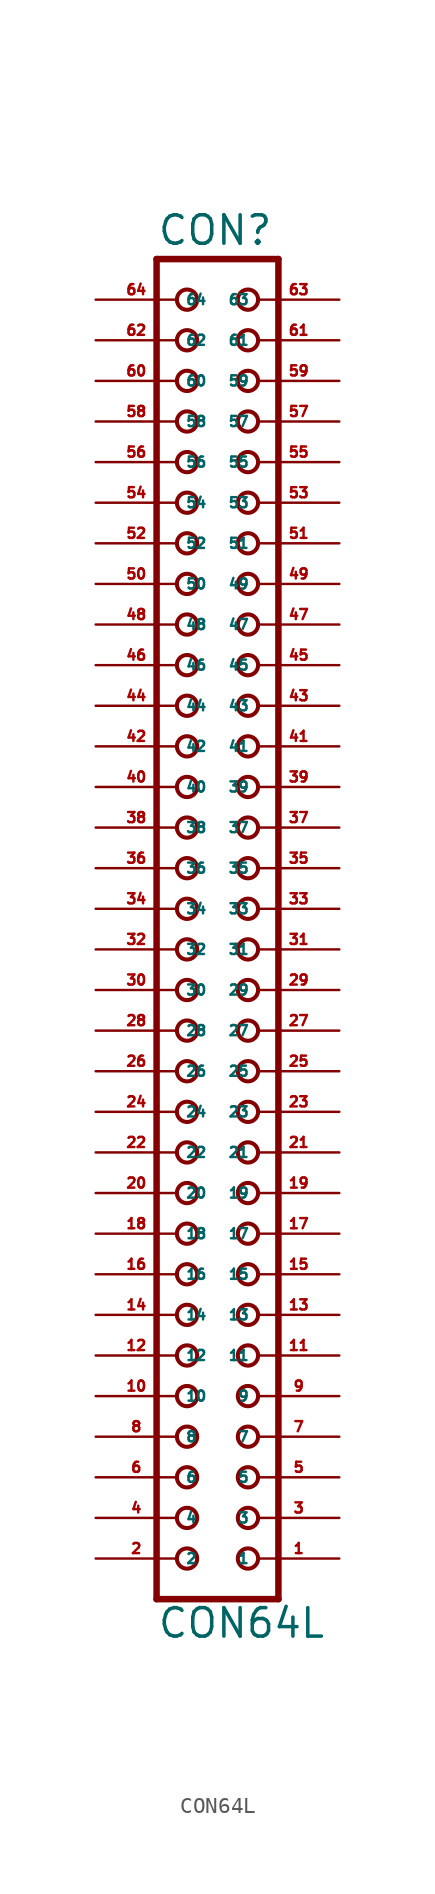
<source format=kicad_sym>
(kicad_symbol_lib
  (version 20220914)
  (generator Eagle2Kicad)
  (symbol "CON64L"
    (property "Reference" "CON"
      (at -3.81 41.402 0)
      (effects (font (size 1.778 1.778) (thickness 0.22)) (justify left bottom)))
    (property "Value" "CON64L"
      (at -3.81 -45.72 0)
      (effects (font (size 1.778 1.778) (thickness 0.22)) (justify left bottom)))
    (polyline
      (pts (xy 3.81 -43.18) (xy -3.81 -43.18))
      (stroke (width 0.406) (type default))
      (fill (type none)))
    (polyline
      (pts (xy -3.81 40.64) (xy -3.81 -43.18))
      (stroke (width 0.406) (type default))
      (fill (type none)))
    (polyline
      (pts (xy -3.81 40.64) (xy 3.81 40.64))
      (stroke (width 0.406) (type default))
      (fill (type none)))
    (polyline
      (pts (xy 3.81 -43.18) (xy 3.81 40.64))
      (stroke (width 0.406) (type default))
      (fill (type none)))
    (circle
      (center 1.905 -40.64)
      (radius 0.635)
      (stroke (width 0.254) (type default))
      (fill (type none)))
    (circle
      (center 1.905 -38.1)
      (radius 0.635)
      (stroke (width 0.254) (type default))
      (fill (type none)))
    (circle
      (center 1.905 -35.56)
      (radius 0.635)
      (stroke (width 0.254) (type default))
      (fill (type none)))
    (circle
      (center 1.905 -33.02)
      (radius 0.635)
      (stroke (width 0.254) (type default))
      (fill (type none)))
    (circle
      (center 1.905 -30.48)
      (radius 0.635)
      (stroke (width 0.254) (type default))
      (fill (type none)))
    (circle
      (center 1.905 -27.94)
      (radius 0.635)
      (stroke (width 0.254) (type default))
      (fill (type none)))
    (circle
      (center 1.905 -25.4)
      (radius 0.635)
      (stroke (width 0.254) (type default))
      (fill (type none)))
    (circle
      (center 1.905 -22.86)
      (radius 0.635)
      (stroke (width 0.254) (type default))
      (fill (type none)))
    (circle
      (center 1.905 -20.32)
      (radius 0.635)
      (stroke (width 0.254) (type default))
      (fill (type none)))
    (circle
      (center 1.905 -17.78)
      (radius 0.635)
      (stroke (width 0.254) (type default))
      (fill (type none)))
    (circle
      (center 1.905 -15.24)
      (radius 0.635)
      (stroke (width 0.254) (type default))
      (fill (type none)))
    (circle
      (center 1.905 -12.7)
      (radius 0.635)
      (stroke (width 0.254) (type default))
      (fill (type none)))
    (circle
      (center 1.905 -10.16)
      (radius 0.635)
      (stroke (width 0.254) (type default))
      (fill (type none)))
    (circle
      (center 1.905 -7.62)
      (radius 0.635)
      (stroke (width 0.254) (type default))
      (fill (type none)))
    (circle
      (center 1.905 -5.08)
      (radius 0.635)
      (stroke (width 0.254) (type default))
      (fill (type none)))
    (circle
      (center 1.905 -2.54)
      (radius 0.635)
      (stroke (width 0.254) (type default))
      (fill (type none)))
    (circle
      (center 1.905 0)
      (radius 0.635)
      (stroke (width 0.254) (type default))
      (fill (type none)))
    (circle
      (center 1.905 2.54)
      (radius 0.635)
      (stroke (width 0.254) (type default))
      (fill (type none)))
    (circle
      (center 1.905 5.08)
      (radius 0.635)
      (stroke (width 0.254) (type default))
      (fill (type none)))
    (circle
      (center 1.905 7.62)
      (radius 0.635)
      (stroke (width 0.254) (type default))
      (fill (type none)))
    (circle
      (center 1.905 10.16)
      (radius 0.635)
      (stroke (width 0.254) (type default))
      (fill (type none)))
    (circle
      (center 1.905 12.7)
      (radius 0.635)
      (stroke (width 0.254) (type default))
      (fill (type none)))
    (circle
      (center 1.905 15.24)
      (radius 0.635)
      (stroke (width 0.254) (type default))
      (fill (type none)))
    (circle
      (center 1.905 17.78)
      (radius 0.635)
      (stroke (width 0.254) (type default))
      (fill (type none)))
    (circle
      (center 1.905 20.32)
      (radius 0.635)
      (stroke (width 0.254) (type default))
      (fill (type none)))
    (circle
      (center 1.905 22.86)
      (radius 0.635)
      (stroke (width 0.254) (type default))
      (fill (type none)))
    (circle
      (center 1.905 25.4)
      (radius 0.635)
      (stroke (width 0.254) (type default))
      (fill (type none)))
    (circle
      (center 1.905 27.94)
      (radius 0.635)
      (stroke (width 0.254) (type default))
      (fill (type none)))
    (circle
      (center 1.905 30.48)
      (radius 0.635)
      (stroke (width 0.254) (type default))
      (fill (type none)))
    (circle
      (center 1.905 33.02)
      (radius 0.635)
      (stroke (width 0.254) (type default))
      (fill (type none)))
    (circle
      (center 1.905 35.56)
      (radius 0.635)
      (stroke (width 0.254) (type default))
      (fill (type none)))
    (circle
      (center 1.905 38.1)
      (radius 0.635)
      (stroke (width 0.254) (type default))
      (fill (type none)))
    (circle
      (center -1.905 -40.64)
      (radius 0.635)
      (stroke (width 0.254) (type default))
      (fill (type none)))
    (circle
      (center -1.905 -38.1)
      (radius 0.635)
      (stroke (width 0.254) (type default))
      (fill (type none)))
    (circle
      (center -1.905 -35.56)
      (radius 0.635)
      (stroke (width 0.254) (type default))
      (fill (type none)))
    (circle
      (center -1.905 -33.02)
      (radius 0.635)
      (stroke (width 0.254) (type default))
      (fill (type none)))
    (circle
      (center -1.905 -30.48)
      (radius 0.635)
      (stroke (width 0.254) (type default))
      (fill (type none)))
    (circle
      (center -1.905 -27.94)
      (radius 0.635)
      (stroke (width 0.254) (type default))
      (fill (type none)))
    (circle
      (center -1.905 -25.4)
      (radius 0.635)
      (stroke (width 0.254) (type default))
      (fill (type none)))
    (circle
      (center -1.905 -22.86)
      (radius 0.635)
      (stroke (width 0.254) (type default))
      (fill (type none)))
    (circle
      (center -1.905 -20.32)
      (radius 0.635)
      (stroke (width 0.254) (type default))
      (fill (type none)))
    (circle
      (center -1.905 -17.78)
      (radius 0.635)
      (stroke (width 0.254) (type default))
      (fill (type none)))
    (circle
      (center -1.905 -15.24)
      (radius 0.635)
      (stroke (width 0.254) (type default))
      (fill (type none)))
    (circle
      (center -1.905 -12.7)
      (radius 0.635)
      (stroke (width 0.254) (type default))
      (fill (type none)))
    (circle
      (center -1.905 -10.16)
      (radius 0.635)
      (stroke (width 0.254) (type default))
      (fill (type none)))
    (circle
      (center -1.905 -7.62)
      (radius 0.635)
      (stroke (width 0.254) (type default))
      (fill (type none)))
    (circle
      (center -1.905 -5.08)
      (radius 0.635)
      (stroke (width 0.254) (type default))
      (fill (type none)))
    (circle
      (center -1.905 -2.54)
      (radius 0.635)
      (stroke (width 0.254) (type default))
      (fill (type none)))
    (circle
      (center -1.905 0)
      (radius 0.635)
      (stroke (width 0.254) (type default))
      (fill (type none)))
    (circle
      (center -1.905 2.54)
      (radius 0.635)
      (stroke (width 0.254) (type default))
      (fill (type none)))
    (circle
      (center -1.905 5.08)
      (radius 0.635)
      (stroke (width 0.254) (type default))
      (fill (type none)))
    (circle
      (center -1.905 7.62)
      (radius 0.635)
      (stroke (width 0.254) (type default))
      (fill (type none)))
    (circle
      (center -1.905 10.16)
      (radius 0.635)
      (stroke (width 0.254) (type default))
      (fill (type none)))
    (circle
      (center -1.905 12.7)
      (radius 0.635)
      (stroke (width 0.254) (type default))
      (fill (type none)))
    (circle
      (center -1.905 15.24)
      (radius 0.635)
      (stroke (width 0.254) (type default))
      (fill (type none)))
    (circle
      (center -1.905 17.78)
      (radius 0.635)
      (stroke (width 0.254) (type default))
      (fill (type none)))
    (circle
      (center -1.905 20.32)
      (radius 0.635)
      (stroke (width 0.254) (type default))
      (fill (type none)))
    (circle
      (center -1.905 22.86)
      (radius 0.635)
      (stroke (width 0.254) (type default))
      (fill (type none)))
    (circle
      (center -1.905 25.4)
      (radius 0.635)
      (stroke (width 0.254) (type default))
      (fill (type none)))
    (circle
      (center -1.905 27.94)
      (radius 0.635)
      (stroke (width 0.254) (type default))
      (fill (type none)))
    (circle
      (center -1.905 30.48)
      (radius 0.635)
      (stroke (width 0.254) (type default))
      (fill (type none)))
    (circle
      (center -1.905 33.02)
      (radius 0.635)
      (stroke (width 0.254) (type default))
      (fill (type none)))
    (circle
      (center -1.905 35.56)
      (radius 0.635)
      (stroke (width 0.254) (type default))
      (fill (type none)))
    (circle
      (center -1.905 38.1)
      (radius 0.635)
      (stroke (width 0.254) (type default))
      (fill (type none)))
    (pin passive line
      (at 7.62 -40.64 180)
      (length 5.08)
      (name "1" (effects (font (size 0.635 0.635) (thickness 0.08)) (justify left bottom)))
      (number "1" (effects (font (size 0.635 0.635) (thickness 0.08)) (justify left bottom))))
    (pin passive line
      (at -7.62 -40.64 0)
      (length 5.08)
      (name "2" (effects (font (size 0.635 0.635) (thickness 0.08)) (justify left bottom)))
      (number "2" (effects (font (size 0.635 0.635) (thickness 0.08)) (justify left bottom))))
    (pin passive line
      (at 7.62 -38.1 180)
      (length 5.08)
      (name "3" (effects (font (size 0.635 0.635) (thickness 0.08)) (justify left bottom)))
      (number "3" (effects (font (size 0.635 0.635) (thickness 0.08)) (justify left bottom))))
    (pin passive line
      (at -7.62 -38.1 0)
      (length 5.08)
      (name "4" (effects (font (size 0.635 0.635) (thickness 0.08)) (justify left bottom)))
      (number "4" (effects (font (size 0.635 0.635) (thickness 0.08)) (justify left bottom))))
    (pin passive line
      (at 7.62 -35.56 180)
      (length 5.08)
      (name "5" (effects (font (size 0.635 0.635) (thickness 0.08)) (justify left bottom)))
      (number "5" (effects (font (size 0.635 0.635) (thickness 0.08)) (justify left bottom))))
    (pin passive line
      (at -7.62 -35.56 0)
      (length 5.08)
      (name "6" (effects (font (size 0.635 0.635) (thickness 0.08)) (justify left bottom)))
      (number "6" (effects (font (size 0.635 0.635) (thickness 0.08)) (justify left bottom))))
    (pin passive line
      (at 7.62 -33.02 180)
      (length 5.08)
      (name "7" (effects (font (size 0.635 0.635) (thickness 0.08)) (justify left bottom)))
      (number "7" (effects (font (size 0.635 0.635) (thickness 0.08)) (justify left bottom))))
    (pin passive line
      (at -7.62 -33.02 0)
      (length 5.08)
      (name "8" (effects (font (size 0.635 0.635) (thickness 0.08)) (justify left bottom)))
      (number "8" (effects (font (size 0.635 0.635) (thickness 0.08)) (justify left bottom))))
    (pin passive line
      (at 7.62 -30.48 180)
      (length 5.08)
      (name "9" (effects (font (size 0.635 0.635) (thickness 0.08)) (justify left bottom)))
      (number "9" (effects (font (size 0.635 0.635) (thickness 0.08)) (justify left bottom))))
    (pin passive line
      (at -7.62 -30.48 0)
      (length 5.08)
      (name "10" (effects (font (size 0.635 0.635) (thickness 0.08)) (justify left bottom)))
      (number "10" (effects (font (size 0.635 0.635) (thickness 0.08)) (justify left bottom))))
    (pin passive line
      (at 7.62 -27.94 180)
      (length 5.08)
      (name "11" (effects (font (size 0.635 0.635) (thickness 0.08)) (justify left bottom)))
      (number "11" (effects (font (size 0.635 0.635) (thickness 0.08)) (justify left bottom))))
    (pin passive line
      (at -7.62 -27.94 0)
      (length 5.08)
      (name "12" (effects (font (size 0.635 0.635) (thickness 0.08)) (justify left bottom)))
      (number "12" (effects (font (size 0.635 0.635) (thickness 0.08)) (justify left bottom))))
    (pin passive line
      (at 7.62 -25.4 180)
      (length 5.08)
      (name "13" (effects (font (size 0.635 0.635) (thickness 0.08)) (justify left bottom)))
      (number "13" (effects (font (size 0.635 0.635) (thickness 0.08)) (justify left bottom))))
    (pin passive line
      (at -7.62 -25.4 0)
      (length 5.08)
      (name "14" (effects (font (size 0.635 0.635) (thickness 0.08)) (justify left bottom)))
      (number "14" (effects (font (size 0.635 0.635) (thickness 0.08)) (justify left bottom))))
    (pin passive line
      (at 7.62 -22.86 180)
      (length 5.08)
      (name "15" (effects (font (size 0.635 0.635) (thickness 0.08)) (justify left bottom)))
      (number "15" (effects (font (size 0.635 0.635) (thickness 0.08)) (justify left bottom))))
    (pin passive line
      (at -7.62 -22.86 0)
      (length 5.08)
      (name "16" (effects (font (size 0.635 0.635) (thickness 0.08)) (justify left bottom)))
      (number "16" (effects (font (size 0.635 0.635) (thickness 0.08)) (justify left bottom))))
    (pin passive line
      (at 7.62 -20.32 180)
      (length 5.08)
      (name "17" (effects (font (size 0.635 0.635) (thickness 0.08)) (justify left bottom)))
      (number "17" (effects (font (size 0.635 0.635) (thickness 0.08)) (justify left bottom))))
    (pin passive line
      (at -7.62 -20.32 0)
      (length 5.08)
      (name "18" (effects (font (size 0.635 0.635) (thickness 0.08)) (justify left bottom)))
      (number "18" (effects (font (size 0.635 0.635) (thickness 0.08)) (justify left bottom))))
    (pin passive line
      (at 7.62 -17.78 180)
      (length 5.08)
      (name "19" (effects (font (size 0.635 0.635) (thickness 0.08)) (justify left bottom)))
      (number "19" (effects (font (size 0.635 0.635) (thickness 0.08)) (justify left bottom))))
    (pin passive line
      (at -7.62 -17.78 0)
      (length 5.08)
      (name "20" (effects (font (size 0.635 0.635) (thickness 0.08)) (justify left bottom)))
      (number "20" (effects (font (size 0.635 0.635) (thickness 0.08)) (justify left bottom))))
    (pin passive line
      (at 7.62 -15.24 180)
      (length 5.08)
      (name "21" (effects (font (size 0.635 0.635) (thickness 0.08)) (justify left bottom)))
      (number "21" (effects (font (size 0.635 0.635) (thickness 0.08)) (justify left bottom))))
    (pin passive line
      (at -7.62 -15.24 0)
      (length 5.08)
      (name "22" (effects (font (size 0.635 0.635) (thickness 0.08)) (justify left bottom)))
      (number "22" (effects (font (size 0.635 0.635) (thickness 0.08)) (justify left bottom))))
    (pin passive line
      (at 7.62 -12.7 180)
      (length 5.08)
      (name "23" (effects (font (size 0.635 0.635) (thickness 0.08)) (justify left bottom)))
      (number "23" (effects (font (size 0.635 0.635) (thickness 0.08)) (justify left bottom))))
    (pin passive line
      (at -7.62 -12.7 0)
      (length 5.08)
      (name "24" (effects (font (size 0.635 0.635) (thickness 0.08)) (justify left bottom)))
      (number "24" (effects (font (size 0.635 0.635) (thickness 0.08)) (justify left bottom))))
    (pin passive line
      (at 7.62 -10.16 180)
      (length 5.08)
      (name "25" (effects (font (size 0.635 0.635) (thickness 0.08)) (justify left bottom)))
      (number "25" (effects (font (size 0.635 0.635) (thickness 0.08)) (justify left bottom))))
    (pin passive line
      (at -7.62 -10.16 0)
      (length 5.08)
      (name "26" (effects (font (size 0.635 0.635) (thickness 0.08)) (justify left bottom)))
      (number "26" (effects (font (size 0.635 0.635) (thickness 0.08)) (justify left bottom))))
    (pin passive line
      (at 7.62 -7.62 180)
      (length 5.08)
      (name "27" (effects (font (size 0.635 0.635) (thickness 0.08)) (justify left bottom)))
      (number "27" (effects (font (size 0.635 0.635) (thickness 0.08)) (justify left bottom))))
    (pin passive line
      (at -7.62 -7.62 0)
      (length 5.08)
      (name "28" (effects (font (size 0.635 0.635) (thickness 0.08)) (justify left bottom)))
      (number "28" (effects (font (size 0.635 0.635) (thickness 0.08)) (justify left bottom))))
    (pin passive line
      (at 7.62 -5.08 180)
      (length 5.08)
      (name "29" (effects (font (size 0.635 0.635) (thickness 0.08)) (justify left bottom)))
      (number "29" (effects (font (size 0.635 0.635) (thickness 0.08)) (justify left bottom))))
    (pin passive line
      (at -7.62 -5.08 0)
      (length 5.08)
      (name "30" (effects (font (size 0.635 0.635) (thickness 0.08)) (justify left bottom)))
      (number "30" (effects (font (size 0.635 0.635) (thickness 0.08)) (justify left bottom))))
    (pin passive line
      (at 7.62 -2.54 180)
      (length 5.08)
      (name "31" (effects (font (size 0.635 0.635) (thickness 0.08)) (justify left bottom)))
      (number "31" (effects (font (size 0.635 0.635) (thickness 0.08)) (justify left bottom))))
    (pin passive line
      (at -7.62 -2.54 0)
      (length 5.08)
      (name "32" (effects (font (size 0.635 0.635) (thickness 0.08)) (justify left bottom)))
      (number "32" (effects (font (size 0.635 0.635) (thickness 0.08)) (justify left bottom))))
    (pin passive line
      (at 7.62 0 180)
      (length 5.08)
      (name "33" (effects (font (size 0.635 0.635) (thickness 0.08)) (justify left bottom)))
      (number "33" (effects (font (size 0.635 0.635) (thickness 0.08)) (justify left bottom))))
    (pin passive line
      (at -7.62 0 0)
      (length 5.08)
      (name "34" (effects (font (size 0.635 0.635) (thickness 0.08)) (justify left bottom)))
      (number "34" (effects (font (size 0.635 0.635) (thickness 0.08)) (justify left bottom))))
    (pin passive line
      (at 7.62 2.54 180)
      (length 5.08)
      (name "35" (effects (font (size 0.635 0.635) (thickness 0.08)) (justify left bottom)))
      (number "35" (effects (font (size 0.635 0.635) (thickness 0.08)) (justify left bottom))))
    (pin passive line
      (at -7.62 2.54 0)
      (length 5.08)
      (name "36" (effects (font (size 0.635 0.635) (thickness 0.08)) (justify left bottom)))
      (number "36" (effects (font (size 0.635 0.635) (thickness 0.08)) (justify left bottom))))
    (pin passive line
      (at 7.62 5.08 180)
      (length 5.08)
      (name "37" (effects (font (size 0.635 0.635) (thickness 0.08)) (justify left bottom)))
      (number "37" (effects (font (size 0.635 0.635) (thickness 0.08)) (justify left bottom))))
    (pin passive line
      (at -7.62 5.08 0)
      (length 5.08)
      (name "38" (effects (font (size 0.635 0.635) (thickness 0.08)) (justify left bottom)))
      (number "38" (effects (font (size 0.635 0.635) (thickness 0.08)) (justify left bottom))))
    (pin passive line
      (at 7.62 7.62 180)
      (length 5.08)
      (name "39" (effects (font (size 0.635 0.635) (thickness 0.08)) (justify left bottom)))
      (number "39" (effects (font (size 0.635 0.635) (thickness 0.08)) (justify left bottom))))
    (pin passive line
      (at -7.62 7.62 0)
      (length 5.08)
      (name "40" (effects (font (size 0.635 0.635) (thickness 0.08)) (justify left bottom)))
      (number "40" (effects (font (size 0.635 0.635) (thickness 0.08)) (justify left bottom))))
    (pin passive line
      (at 7.62 10.16 180)
      (length 5.08)
      (name "41" (effects (font (size 0.635 0.635) (thickness 0.08)) (justify left bottom)))
      (number "41" (effects (font (size 0.635 0.635) (thickness 0.08)) (justify left bottom))))
    (pin passive line
      (at -7.62 10.16 0)
      (length 5.08)
      (name "42" (effects (font (size 0.635 0.635) (thickness 0.08)) (justify left bottom)))
      (number "42" (effects (font (size 0.635 0.635) (thickness 0.08)) (justify left bottom))))
    (pin passive line
      (at 7.62 12.7 180)
      (length 5.08)
      (name "43" (effects (font (size 0.635 0.635) (thickness 0.08)) (justify left bottom)))
      (number "43" (effects (font (size 0.635 0.635) (thickness 0.08)) (justify left bottom))))
    (pin passive line
      (at -7.62 12.7 0)
      (length 5.08)
      (name "44" (effects (font (size 0.635 0.635) (thickness 0.08)) (justify left bottom)))
      (number "44" (effects (font (size 0.635 0.635) (thickness 0.08)) (justify left bottom))))
    (pin passive line
      (at 7.62 15.24 180)
      (length 5.08)
      (name "45" (effects (font (size 0.635 0.635) (thickness 0.08)) (justify left bottom)))
      (number "45" (effects (font (size 0.635 0.635) (thickness 0.08)) (justify left bottom))))
    (pin passive line
      (at -7.62 15.24 0)
      (length 5.08)
      (name "46" (effects (font (size 0.635 0.635) (thickness 0.08)) (justify left bottom)))
      (number "46" (effects (font (size 0.635 0.635) (thickness 0.08)) (justify left bottom))))
    (pin passive line
      (at 7.62 17.78 180)
      (length 5.08)
      (name "47" (effects (font (size 0.635 0.635) (thickness 0.08)) (justify left bottom)))
      (number "47" (effects (font (size 0.635 0.635) (thickness 0.08)) (justify left bottom))))
    (pin passive line
      (at -7.62 17.78 0)
      (length 5.08)
      (name "48" (effects (font (size 0.635 0.635) (thickness 0.08)) (justify left bottom)))
      (number "48" (effects (font (size 0.635 0.635) (thickness 0.08)) (justify left bottom))))
    (pin passive line
      (at 7.62 20.32 180)
      (length 5.08)
      (name "49" (effects (font (size 0.635 0.635) (thickness 0.08)) (justify left bottom)))
      (number "49" (effects (font (size 0.635 0.635) (thickness 0.08)) (justify left bottom))))
    (pin passive line
      (at -7.62 20.32 0)
      (length 5.08)
      (name "50" (effects (font (size 0.635 0.635) (thickness 0.08)) (justify left bottom)))
      (number "50" (effects (font (size 0.635 0.635) (thickness 0.08)) (justify left bottom))))
    (pin passive line
      (at 7.62 22.86 180)
      (length 5.08)
      (name "51" (effects (font (size 0.635 0.635) (thickness 0.08)) (justify left bottom)))
      (number "51" (effects (font (size 0.635 0.635) (thickness 0.08)) (justify left bottom))))
    (pin passive line
      (at -7.62 22.86 0)
      (length 5.08)
      (name "52" (effects (font (size 0.635 0.635) (thickness 0.08)) (justify left bottom)))
      (number "52" (effects (font (size 0.635 0.635) (thickness 0.08)) (justify left bottom))))
    (pin passive line
      (at 7.62 25.4 180)
      (length 5.08)
      (name "53" (effects (font (size 0.635 0.635) (thickness 0.08)) (justify left bottom)))
      (number "53" (effects (font (size 0.635 0.635) (thickness 0.08)) (justify left bottom))))
    (pin passive line
      (at -7.62 25.4 0)
      (length 5.08)
      (name "54" (effects (font (size 0.635 0.635) (thickness 0.08)) (justify left bottom)))
      (number "54" (effects (font (size 0.635 0.635) (thickness 0.08)) (justify left bottom))))
    (pin passive line
      (at 7.62 27.94 180)
      (length 5.08)
      (name "55" (effects (font (size 0.635 0.635) (thickness 0.08)) (justify left bottom)))
      (number "55" (effects (font (size 0.635 0.635) (thickness 0.08)) (justify left bottom))))
    (pin passive line
      (at -7.62 27.94 0)
      (length 5.08)
      (name "56" (effects (font (size 0.635 0.635) (thickness 0.08)) (justify left bottom)))
      (number "56" (effects (font (size 0.635 0.635) (thickness 0.08)) (justify left bottom))))
    (pin passive line
      (at 7.62 30.48 180)
      (length 5.08)
      (name "57" (effects (font (size 0.635 0.635) (thickness 0.08)) (justify left bottom)))
      (number "57" (effects (font (size 0.635 0.635) (thickness 0.08)) (justify left bottom))))
    (pin passive line
      (at -7.62 30.48 0)
      (length 5.08)
      (name "58" (effects (font (size 0.635 0.635) (thickness 0.08)) (justify left bottom)))
      (number "58" (effects (font (size 0.635 0.635) (thickness 0.08)) (justify left bottom))))
    (pin passive line
      (at 7.62 33.02 180)
      (length 5.08)
      (name "59" (effects (font (size 0.635 0.635) (thickness 0.08)) (justify left bottom)))
      (number "59" (effects (font (size 0.635 0.635) (thickness 0.08)) (justify left bottom))))
    (pin passive line
      (at -7.62 33.02 0)
      (length 5.08)
      (name "60" (effects (font (size 0.635 0.635) (thickness 0.08)) (justify left bottom)))
      (number "60" (effects (font (size 0.635 0.635) (thickness 0.08)) (justify left bottom))))
    (pin passive line
      (at 7.62 35.56 180)
      (length 5.08)
      (name "61" (effects (font (size 0.635 0.635) (thickness 0.08)) (justify left bottom)))
      (number "61" (effects (font (size 0.635 0.635) (thickness 0.08)) (justify left bottom))))
    (pin passive line
      (at -7.62 35.56 0)
      (length 5.08)
      (name "62" (effects (font (size 0.635 0.635) (thickness 0.08)) (justify left bottom)))
      (number "62" (effects (font (size 0.635 0.635) (thickness 0.08)) (justify left bottom))))
    (pin passive line
      (at 7.62 38.1 180)
      (length 5.08)
      (name "63" (effects (font (size 0.635 0.635) (thickness 0.08)) (justify left bottom)))
      (number "63" (effects (font (size 0.635 0.635) (thickness 0.08)) (justify left bottom))))
    (pin passive line
      (at -7.62 38.1 0)
      (length 5.08)
      (name "64" (effects (font (size 0.635 0.635) (thickness 0.08)) (justify left bottom)))
      (number "64" (effects (font (size 0.635 0.635) (thickness 0.08)) (justify left bottom))))))
</source>
